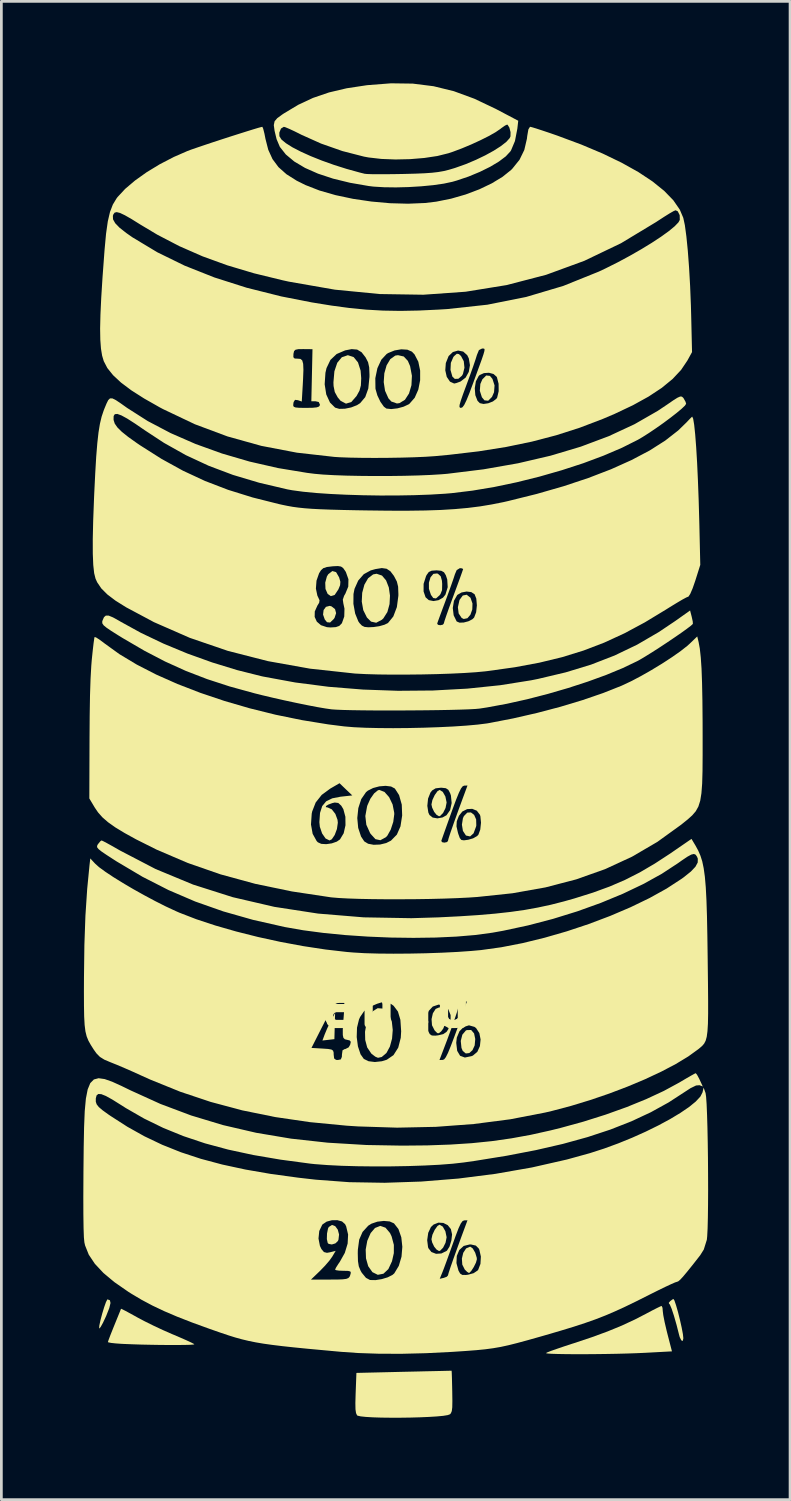
<source format=kicad_pcb>
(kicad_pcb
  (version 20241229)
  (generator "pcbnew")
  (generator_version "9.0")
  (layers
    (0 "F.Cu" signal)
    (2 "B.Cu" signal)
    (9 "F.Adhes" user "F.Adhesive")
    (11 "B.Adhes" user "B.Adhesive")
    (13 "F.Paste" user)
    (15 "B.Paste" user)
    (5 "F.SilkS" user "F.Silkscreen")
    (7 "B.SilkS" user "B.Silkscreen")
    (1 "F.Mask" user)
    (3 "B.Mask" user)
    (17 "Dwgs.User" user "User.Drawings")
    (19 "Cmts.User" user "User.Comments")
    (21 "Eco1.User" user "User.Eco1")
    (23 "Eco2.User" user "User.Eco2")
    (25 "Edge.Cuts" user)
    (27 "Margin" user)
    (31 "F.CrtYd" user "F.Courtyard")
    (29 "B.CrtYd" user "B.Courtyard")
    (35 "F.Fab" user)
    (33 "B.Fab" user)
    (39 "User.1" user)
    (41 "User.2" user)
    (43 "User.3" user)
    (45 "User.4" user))
  (footprint "Tanque"
    (layer "F.Cu")
    (at 11.534 33.744)
    (property "Reference" "Tanque" (at 0 0 0) (layer "F.SilkS") (effects (font (size 1.524 1.524) (thickness 0.3))))
    (attr board_only exclude_from_pos_files exclude_from_bom)
    (fp_poly (pts (xy -2.33 0.764) (xy -2.343 1.246) (xy -2.562 1.271) (xy -2.781 1.296) (xy -2.697 1.07) (xy -2.61 0.862) (xy -2.497 0.623) (xy -2.465 0.563) (xy -2.317 0.281)) (stroke (width 0) (type solid)) (fill yes) (layer "F.SilkS"))
    (fp_poly (pts (xy -2.45 -14.598) (xy -2.32 -14.497) (xy -2.28 -14.349) (xy -2.335 -14.18) (xy -2.366 -14.134) (xy -2.501 -14.005) (xy -2.613 -14.017) (xy -2.695 -14.116) (xy -2.758 -14.296) (xy -2.738 -14.462) (xy -2.652 -14.579) (xy -2.517 -14.615)) (stroke (width 0) (type solid)) (fill yes) (layer "F.SilkS"))
    (fp_poly (pts (xy 3.351 -23.034) (xy 3.444 -22.922) (xy 3.52 -22.686) (xy 3.501 -22.436) (xy 3.427 -22.265) (xy 3.287 -22.124) (xy 3.15 -22.139) (xy 3.057 -22.251) (xy 2.981 -22.488) (xy 3 -22.738) (xy 3.074 -22.908) (xy 3.214 -23.049)) (stroke (width 0) (type solid)) (fill yes) (layer "F.SilkS"))
    (fp_poly (pts (xy 2.771 1.037) (xy 2.813 1.241) (xy 2.793 1.474) (xy 2.712 1.65) (xy 2.595 1.755) (xy 2.468 1.77) (xy 2.357 1.68) (xy 2.309 1.567) (xy 2.283 1.311) (xy 2.341 1.082) (xy 2.467 0.932) (xy 2.501 0.915) (xy 2.663 0.91)) (stroke (width 0) (type solid)) (fill yes) (layer "F.SilkS"))
    (fp_poly (pts (xy -2.313 8.092) (xy -2.219 8.22) (xy -2.172 8.396) (xy -2.193 8.584) (xy -2.215 8.636) (xy -2.307 8.723) (xy -2.437 8.762) (xy -2.552 8.741) (xy -2.587 8.708) (xy -2.619 8.565) (xy -2.613 8.361) (xy -2.576 8.178) (xy -2.548 8.122) (xy -2.43 8.048)) (stroke (width 0) (type solid)) (fill yes) (layer "F.SilkS"))
    (fp_poly (pts (xy -2.282 -15.851) (xy -2.171 -15.66) (xy -2.17 -15.658) (xy -2.124 -15.497) (xy -2.134 -15.371) (xy -2.198 -15.216) (xy -2.333 -15.015) (xy -2.474 -14.972) (xy -2.59 -15.054) (xy -2.669 -15.234) (xy -2.678 -15.466) (xy -2.618 -15.69) (xy -2.568 -15.773) (xy -2.418 -15.89)) (stroke (width 0) (type solid)) (fill yes) (layer "F.SilkS"))
    (fp_poly (pts (xy 2.217 -23.831) (xy 2.293 -23.76) (xy 2.393 -23.571) (xy 2.418 -23.332) (xy 2.363 -23.104) (xy 2.327 -23.041) (xy 2.197 -22.929) (xy 2.064 -22.924) (xy 1.976 -23.009) (xy 1.907 -23.253) (xy 1.92 -23.511) (xy 2.012 -23.725) (xy 2.041 -23.76) (xy 2.14 -23.845)) (stroke (width 0) (type solid)) (fill yes) (layer "F.SilkS"))
    (fp_poly (pts (xy 2.636 -14.915) (xy 2.642 -14.905) (xy 2.712 -14.702) (xy 2.705 -14.485) (xy 2.637 -14.292) (xy 2.527 -14.163) (xy 2.391 -14.135) (xy 2.315 -14.174) (xy 2.206 -14.337) (xy 2.178 -14.566) (xy 2.235 -14.823) (xy 2.24 -14.835) (xy 2.357 -14.994) (xy 2.5 -15.023)) (stroke (width 0) (type solid)) (fill yes) (layer "F.SilkS"))
    (fp_poly (pts (xy 2.772 -6.964) (xy 2.846 -6.798) (xy 2.852 -6.579) (xy 2.844 -6.538) (xy 2.752 -6.289) (xy 2.625 -6.175) (xy 2.478 -6.207) (xy 2.469 -6.214) (xy 2.362 -6.377) (xy 2.325 -6.606) (xy 2.362 -6.84) (xy 2.398 -6.92) (xy 2.522 -7.047) (xy 2.655 -7.054)) (stroke (width 0) (type solid)) (fill yes) (layer "F.SilkS"))
    (fp_poly (pts (xy 1.45 -15.788) (xy 1.549 -15.698) (xy 1.593 -15.539) (xy 1.603 -15.419) (xy 1.598 -15.191) (xy 1.54 -15.044) (xy 1.503 -14.998) (xy 1.375 -14.887) (xy 1.276 -14.902) (xy 1.192 -15.017) (xy 1.118 -15.237) (xy 1.117 -15.465) (xy 1.176 -15.661) (xy 1.281 -15.787) (xy 1.418 -15.802)) (stroke (width 0) (type solid)) (fill yes) (layer "F.SilkS"))
    (fp_poly (pts (xy 1.624 0.15) (xy 1.708 0.325) (xy 1.733 0.549) (xy 1.717 0.667) (xy 1.644 0.856) (xy 1.568 0.96) (xy 1.482 1.028) (xy 1.425 1.026) (xy 1.346 0.947) (xy 1.322 0.92) (xy 1.23 0.737) (xy 1.214 0.514) (xy 1.262 0.299) (xy 1.364 0.139) (xy 1.502 0.08)) (stroke (width 0) (type solid)) (fill yes) (layer "F.SilkS"))
    (fp_poly (pts (xy -10.561 10.805) (xy -10.539 10.905) (xy -10.583 11.089) (xy -10.695 11.373) (xy -10.707 11.4) (xy -10.814 11.629) (xy -10.9 11.784) (xy -10.95 11.838) (xy -10.955 11.833) (xy -10.948 11.731) (xy -10.907 11.538) (xy -10.844 11.299) (xy -10.772 11.062) (xy -10.705 10.872) (xy -10.656 10.776) (xy -10.648 10.772)) (stroke (width 0) (type solid)) (fill yes) (layer "F.SilkS"))
    (fp_poly (pts (xy 1.624 -7.807) (xy 1.72 -7.637) (xy 1.764 -7.424) (xy 1.764 -7.409) (xy 1.726 -7.217) (xy 1.636 -7.035) (xy 1.527 -6.924) (xy 1.487 -6.913) (xy 1.397 -6.966) (xy 1.31 -7.073) (xy 1.236 -7.228) (xy 1.21 -7.344) (xy 1.245 -7.509) (xy 1.33 -7.69) (xy 1.432 -7.832) (xy 1.508 -7.877)) (stroke (width 0) (type solid)) (fill yes) (layer "F.SilkS"))
    (fp_poly (pts (xy 1.624 8.108) (xy 1.72 8.279) (xy 1.764 8.491) (xy 1.764 8.506) (xy 1.726 8.699) (xy 1.636 8.88) (xy 1.527 8.991) (xy 1.487 9.003) (xy 1.397 8.949) (xy 1.31 8.842) (xy 1.236 8.687) (xy 1.21 8.571) (xy 1.245 8.407) (xy 1.33 8.225) (xy 1.432 8.083) (xy 1.508 8.038)) (stroke (width 0) (type solid)) (fill yes) (layer "F.SilkS"))
    (fp_poly (pts (xy -0.472 8.148) (xy -0.307 8.343) (xy -0.248 8.468) (xy -0.166 8.776) (xy -0.167 9.08) (xy -0.234 9.376) (xy -0.367 9.663) (xy -0.548 9.833) (xy -0.754 9.873) (xy -0.952 9.775) (xy -1.105 9.558) (xy -1.186 9.271) (xy -1.197 8.948) (xy -1.139 8.627) (xy -1.015 8.344) (xy -0.856 8.158) (xy -0.664 8.082)) (stroke (width 0) (type solid)) (fill yes) (layer "F.SilkS"))
    (fp_poly (pts (xy 2.722 8.908) (xy 2.812 9.063) (xy 2.868 9.246) (xy 2.873 9.305) (xy 2.839 9.428) (xy 2.759 9.589) (xy 2.666 9.733) (xy 2.591 9.805) (xy 2.584 9.806) (xy 2.515 9.764) (xy 2.43 9.681) (xy 2.339 9.499) (xy 2.324 9.279) (xy 2.374 9.067) (xy 2.479 8.906) (xy 2.628 8.842) (xy 2.629 8.842)) (stroke (width 0) (type solid)) (fill yes) (layer "F.SilkS"))
    (fp_poly (pts (xy -0.6 -15.724) (xy -0.45 -15.546) (xy -0.351 -15.29) (xy -0.308 -14.99) (xy -0.324 -14.679) (xy -0.403 -14.391) (xy -0.549 -14.159) (xy -0.603 -14.108) (xy -0.813 -13.997) (xy -1.001 -14.039) (xy -1.152 -14.189) (xy -1.286 -14.459) (xy -1.341 -14.772) (xy -1.325 -15.094) (xy -1.245 -15.391) (xy -1.109 -15.626) (xy -0.925 -15.767) (xy -0.798 -15.791)) (stroke (width 0) (type solid)) (fill yes) (layer "F.SilkS"))
    (fp_poly (pts (xy 0.196 -23.744) (xy 0.346 -23.584) (xy 0.428 -23.392) (xy 0.495 -23.038) (xy 0.478 -22.693) (xy 0.389 -22.39) (xy 0.24 -22.16) (xy 0.04 -22.037) (xy -0.054 -22.024) (xy -0.26 -22.097) (xy -0.365 -22.213) (xy -0.489 -22.489) (xy -0.537 -22.806) (xy -0.515 -23.128) (xy -0.432 -23.42) (xy -0.296 -23.648) (xy -0.114 -23.777) (xy -0.015 -23.792)) (stroke (width 0) (type solid)) (fill yes) (layer "F.SilkS"))
    (fp_poly (pts (xy -1.638 -23.722) (xy -1.479 -23.527) (xy -1.383 -23.226) (xy -1.361 -22.947) (xy -1.373 -22.685) (xy -1.424 -22.494) (xy -1.532 -22.297) (xy -1.723 -22.078) (xy -1.918 -22.018) (xy -2.112 -22.118) (xy -2.22 -22.245) (xy -2.329 -22.443) (xy -2.373 -22.664) (xy -2.378 -22.796) (xy -2.343 -23.201) (xy -2.238 -23.514) (xy -2.071 -23.716) (xy -1.852 -23.791) (xy -1.848 -23.791)) (stroke (width 0) (type solid)) (fill yes) (layer "F.SilkS"))
    (fp_poly (pts (xy -0.566 0.127) (xy -0.501 0.163) (xy -0.336 0.345) (xy -0.24 0.605) (xy -0.207 0.91) (xy -0.232 1.225) (xy -0.311 1.518) (xy -0.438 1.753) (xy -0.61 1.899) (xy -0.747 1.929) (xy -0.844 1.888) (xy -0.974 1.79) (xy -0.993 1.771) (xy -1.142 1.55) (xy -1.215 1.275) (xy -1.222 0.975) (xy -1.17 0.68) (xy -1.07 0.418) (xy -0.93 0.219) (xy -0.759 0.113)) (stroke (width 0) (type solid)) (fill yes) (layer "F.SilkS"))
    (fp_poly (pts (xy 10.106 10.816) (xy 10.165 10.99) (xy 10.236 11.239) (xy 10.307 11.523) (xy 10.37 11.805) (xy 10.415 12.044) (xy 10.431 12.198) (xy 10.41 12.294) (xy 10.357 12.273) (xy 10.298 12.152) (xy 10.277 12.077) (xy 10.183 11.707) (xy 10.089 11.378) (xy 10.004 11.12) (xy 9.938 10.963) (xy 9.909 10.929) (xy 9.897 10.9) (xy 9.948 10.838) (xy 10.032 10.775) (xy 10.068 10.757)) (stroke (width 0) (type solid)) (fill yes) (layer "F.SilkS"))
    (fp_poly (pts (xy -0.51 -7.804) (xy -0.34 -7.613) (xy -0.212 -7.345) (xy -0.153 -7.043) (xy -0.151 -6.989) (xy -0.188 -6.707) (xy -0.282 -6.421) (xy -0.407 -6.199) (xy -0.458 -6.146) (xy -0.66 -6.036) (xy -0.84 -6.075) (xy -1.015 -6.266) (xy -1.038 -6.302) (xy -1.174 -6.603) (xy -1.21 -6.922) (xy -1.147 -7.271) (xy -1.135 -7.311) (xy -1.027 -7.553) (xy -0.888 -7.751) (xy -0.748 -7.865) (xy -0.696 -7.877)) (stroke (width 0) (type solid)) (fill yes) (layer "F.SilkS"))
    (fp_poly (pts (xy 9.668 11.08) (xy 9.677 11.193) (xy 9.696 11.348) (xy 9.746 11.604) (xy 9.818 11.913) (xy 9.846 12.025) (xy 10.014 12.675) (xy 9.031 12.728) (xy 8.716 12.742) (xy 8.363 12.754) (xy 7.982 12.764) (xy 7.587 12.771) (xy 7.19 12.776) (xy 6.804 12.779) (xy 6.44 12.779) (xy 6.112 12.776) (xy 5.832 12.771) (xy 5.612 12.764) (xy 5.465 12.754) (xy 5.403 12.741) (xy 5.403 12.737) (xy 5.458 12.709) (xy 5.597 12.655) (xy 5.805 12.582) (xy 6.066 12.493) (xy 6.364 12.395) (xy 6.432 12.374) (xy 7.084 12.156) (xy 7.659 11.945) (xy 8.177 11.732) (xy 8.661 11.507) (xy 9.069 11.296) (xy 9.285 11.181) (xy 9.466 11.089) (xy 9.591 11.029) (xy 9.636 11.012)) (stroke (width 0) (type solid)) (fill yes) (layer "F.SilkS"))
    (fp_poly (pts (xy 1.953 13.458) (xy 1.96 13.658) (xy 1.967 13.948) (xy 1.971 14.134) (xy 1.976 14.491) (xy 1.972 14.722) (xy 1.955 14.86) (xy 1.922 14.94) (xy 1.888 14.978) (xy 1.807 15.008) (xy 1.642 15.035) (xy 1.407 15.057) (xy 1.118 15.075) (xy 0.789 15.089) (xy 0.435 15.099) (xy 0.071 15.104) (xy -0.288 15.104) (xy -0.628 15.1) (xy -0.933 15.09) (xy -1.189 15.075) (xy -1.38 15.055) (xy -1.493 15.029) (xy -1.514 15.015) (xy -1.551 14.934) (xy -1.571 14.795) (xy -1.575 14.564) (xy -1.565 14.208) (xy -1.564 14.187) (xy -1.537 13.464) (xy 0.202 13.423) (xy 0.609 13.414) (xy 0.983 13.405) (xy 1.313 13.398) (xy 1.585 13.392) (xy 1.789 13.387) (xy 1.914 13.384) (xy 1.948 13.383)) (stroke (width 0) (type solid)) (fill yes) (layer "F.SilkS"))
    (fp_poly (pts (xy -10.108 11.134) (xy -9.986 11.196) (xy -9.805 11.294) (xy -9.584 11.416) (xy -9.573 11.423) (xy -9.3 11.568) (xy -8.969 11.732) (xy -8.619 11.896) (xy -8.288 12.042) (xy -8.246 12.059) (xy -7.986 12.17) (xy -7.761 12.269) (xy -7.589 12.349) (xy -7.488 12.401) (xy -7.469 12.415) (xy -7.509 12.426) (xy -7.636 12.435) (xy -7.834 12.44) (xy -8.091 12.442) (xy -8.391 12.442) (xy -8.72 12.44) (xy -9.063 12.434) (xy -9.407 12.427) (xy -9.738 12.416) (xy -10.04 12.404) (xy -10.142 12.399) (xy -10.351 12.384) (xy -10.516 12.366) (xy -10.615 12.346) (xy -10.634 12.334) (xy -10.608 12.254) (xy -10.54 12.073) (xy -10.441 11.825) (xy -10.396 11.714) (xy -10.289 11.451) (xy -10.205 11.245) (xy -10.159 11.129) (xy -10.154 11.115)) (stroke (width 0) (type solid)) (fill yes) (layer "F.SilkS"))
    (fp_poly (pts (xy 10.738 -14.213) (xy 10.775 -14.044) (xy 10.78 -13.955) (xy 10.779 -13.954) (xy 10.708 -13.888) (xy 10.559 -13.775) (xy 10.352 -13.626) (xy 10.102 -13.454) (xy 9.828 -13.269) (xy 9.546 -13.083) (xy 9.273 -12.908) (xy 9.028 -12.756) (xy 8.827 -12.637) (xy 8.744 -12.592) (xy 8.217 -12.34) (xy 7.609 -12.088) (xy 6.936 -11.843) (xy 6.217 -11.609) (xy 5.471 -11.392) (xy 4.715 -11.197) (xy 3.969 -11.031) (xy 3.25 -10.898) (xy 2.973 -10.855) (xy 2.821 -10.841) (xy 2.581 -10.828) (xy 2.267 -10.817) (xy 1.892 -10.807) (xy 1.469 -10.799) (xy 1.012 -10.793) (xy 0.534 -10.789) (xy 0.048 -10.786) (xy -0.432 -10.786) (xy -0.894 -10.787) (xy -1.323 -10.791) (xy -1.707 -10.797) (xy -2.032 -10.805) (xy -2.285 -10.816) (xy -2.444 -10.827) (xy -2.669 -10.859) (xy -2.973 -10.911) (xy -3.338 -10.981) (xy -3.743 -11.064) (xy -4.169 -11.155) (xy -4.596 -11.252) (xy -5.005 -11.349) (xy -5.272 -11.416) (xy -6.176 -11.665) (xy -7.005 -11.935) (xy -7.785 -12.236) (xy -8.542 -12.579) (xy -9.3 -12.974) (xy -10.087 -13.433) (xy -10.267 -13.544) (xy -10.517 -13.702) (xy -10.686 -13.817) (xy -10.788 -13.901) (xy -10.836 -13.969) (xy -10.843 -14.032) (xy -10.83 -14.081) (xy -10.778 -14.2) (xy -10.709 -14.26) (xy -10.604 -14.258) (xy -10.447 -14.193) (xy -10.218 -14.066) (xy -10.172 -14.038) (xy -9.425 -13.627) (xy -8.601 -13.234) (xy -7.724 -12.87) (xy -6.816 -12.544) (xy -5.903 -12.264) (xy -5.006 -12.039) (xy -4.939 -12.025) (xy -3.777 -11.811) (xy -2.555 -11.653) (xy -1.292 -11.551) (xy -0.012 -11.506) (xy 1.265 -11.517) (xy 2.518 -11.585) (xy 3.724 -11.71) (xy 4.863 -11.891) (xy 5.115 -11.942) (xy 6.123 -12.181) (xy 7.052 -12.464) (xy 7.918 -12.8) (xy 8.74 -13.195) (xy 9.535 -13.658) (xy 10.139 -14.064) (xy 10.678 -14.446)) (stroke (width 0) (type solid)) (fill yes) (layer "F.SilkS"))
    (fp_poly (pts (xy 0.528 -33.733) (xy 1.286 -33.638) (xy 2.029 -33.456) (xy 2.779 -33.181) (xy 3.564 -32.808) (xy 3.617 -32.78) (xy 4.387 -32.374) (xy 4.354 -32.082) (xy 4.267 -31.631) (xy 4.125 -31.293) (xy 4.099 -31.251) (xy 3.931 -31.07) (xy 3.679 -30.88) (xy 3.358 -30.688) (xy 2.983 -30.503) (xy 2.571 -30.332) (xy 2.136 -30.185) (xy 1.976 -30.139) (xy 1.663 -30.072) (xy 1.274 -30.016) (xy 0.836 -29.974) (xy 0.373 -29.946) (xy -0.089 -29.934) (xy -0.526 -29.94) (xy -0.911 -29.963) (xy -1.084 -29.984) (xy -1.77 -30.103) (xy -2.392 -30.255) (xy -2.942 -30.437) (xy -3.417 -30.647) (xy -3.812 -30.882) (xy -4.12 -31.139) (xy -4.339 -31.416) (xy -4.459 -31.7) (xy -4.517 -31.94) (xy -4.359 -31.94) (xy -4.356 -31.807) (xy -4.283 -31.689) (xy -4.12 -31.553) (xy -3.88 -31.402) (xy -3.573 -31.243) (xy -3.21 -31.079) (xy -2.802 -30.916) (xy -2.36 -30.758) (xy -1.896 -30.611) (xy -1.419 -30.479) (xy -1.235 -30.433) (xy -1.144 -30.424) (xy -0.968 -30.418) (xy -0.722 -30.416) (xy -0.422 -30.417) (xy -0.083 -30.421) (xy 0.202 -30.426) (xy 0.619 -30.437) (xy 0.955 -30.451) (xy 1.227 -30.47) (xy 1.453 -30.496) (xy 1.653 -30.531) (xy 1.845 -30.578) (xy 2.047 -30.638) (xy 2.096 -30.654) (xy 2.469 -30.787) (xy 2.836 -30.942) (xy 3.181 -31.108) (xy 3.492 -31.279) (xy 3.753 -31.446) (xy 3.952 -31.602) (xy 4.074 -31.738) (xy 4.103 -31.802) (xy 4.105 -31.958) (xy 4.062 -32.124) (xy 3.998 -32.226) (xy 3.978 -32.232) (xy 3.904 -32.198) (xy 3.782 -32.113) (xy 3.733 -32.075) (xy 3.558 -31.955) (xy 3.307 -31.813) (xy 3.002 -31.66) (xy 2.667 -31.506) (xy 2.323 -31.362) (xy 1.993 -31.238) (xy 1.835 -31.185) (xy 1.426 -31.083) (xy 0.946 -31.011) (xy 0.425 -30.968) (xy -0.108 -30.956) (xy -0.624 -30.976) (xy -1.093 -31.03) (xy -1.26 -31.061) (xy -2.049 -31.264) (xy -2.83 -31.538) (xy -3.559 -31.865) (xy -3.583 -31.878) (xy -3.806 -31.989) (xy -3.998 -32.078) (xy -4.137 -32.136) (xy -4.194 -32.152) (xy -4.298 -32.088) (xy -4.359 -31.94) (xy -4.517 -31.94) (xy -4.533 -32.008) (xy -4.561 -32.213) (xy -4.532 -32.354) (xy -4.434 -32.469) (xy -4.258 -32.598) (xy -4.195 -32.64) (xy -3.671 -32.955) (xy -3.126 -33.21) (xy -2.54 -33.41) (xy -1.896 -33.562) (xy -1.172 -33.672) (xy -1.134 -33.677) (xy -0.27 -33.744)) (stroke (width 0) (type solid)) (fill yes) (layer "F.SilkS"))
    (fp_poly (pts (xy 10.99 -13.289) (xy 11.034 -13.049) (xy 11.069 -12.729) (xy 11.097 -12.315) (xy 11.116 -11.793) (xy 11.129 -11.146) (xy 11.136 -10.362) (xy 11.137 -9.863) (xy 11.137 -9.145) (xy 11.133 -8.568) (xy 11.12 -8.111) (xy 11.093 -7.756) (xy 11.049 -7.482) (xy 10.981 -7.268) (xy 10.885 -7.096) (xy 10.756 -6.946) (xy 10.589 -6.796) (xy 10.38 -6.628) (xy 10.352 -6.605) (xy 9.481 -5.976) (xy 8.554 -5.434) (xy 7.565 -4.977) (xy 6.51 -4.603) (xy 5.383 -4.309) (xy 4.179 -4.095) (xy 2.892 -3.959) (xy 2.57 -3.937) (xy 2.143 -3.916) (xy 1.665 -3.899) (xy 1.152 -3.886) (xy 0.618 -3.878) (xy 0.079 -3.875) (xy -0.451 -3.875) (xy -0.957 -3.88) (xy -1.423 -3.889) (xy -1.836 -3.903) (xy -2.18 -3.921) (xy -2.44 -3.943) (xy -2.469 -3.946) (xy -3.897 -4.161) (xy -5.241 -4.44) (xy -6.509 -4.786) (xy -7.71 -5.203) (xy -8.854 -5.693) (xy -9.604 -6.069) (xy -10.024 -6.301) (xy -10.361 -6.505) (xy -10.51 -6.611) (xy -3.2 -6.611) (xy -3.139 -6.271) (xy -2.993 -6.007) (xy -2.948 -5.96) (xy -2.823 -5.903) (xy -2.641 -5.892) (xy -2.438 -5.921) (xy -2.254 -5.985) (xy -2.138 -6.066) (xy -2.003 -6.291) (xy -1.937 -6.583) (xy -1.94 -6.848) (xy -1.505 -6.848) (xy -1.472 -6.488) (xy -1.367 -6.171) (xy -1.249 -5.993) (xy -1.108 -5.907) (xy -0.905 -5.869) (xy -0.673 -5.878) (xy -0.446 -5.933) (xy -0.296 -6.009) (xy 1.571 -6.009) (xy 1.601 -5.964) (xy 1.684 -5.948) (xy 1.781 -5.969) (xy 1.814 -6.01) (xy 1.839 -6.109) (xy 1.911 -6.329) (xy 1.986 -6.544) (xy 2.126 -6.544) (xy 2.18 -6.309) (xy 2.197 -6.255) (xy 2.248 -6.115) (xy 2.305 -6.046) (xy 2.399 -6.032) (xy 2.555 -6.053) (xy 2.735 -6.105) (xy 2.879 -6.187) (xy 2.928 -6.237) (xy 2.997 -6.425) (xy 3.024 -6.679) (xy 3.001 -6.915) (xy 2.984 -6.968) (xy 2.871 -7.116) (xy 2.704 -7.185) (xy 2.517 -7.175) (xy 2.342 -7.088) (xy 2.216 -6.931) (xy 2.137 -6.73) (xy 2.126 -6.544) (xy 1.986 -6.544) (xy 2.023 -6.651) (xy 2.169 -7.059) (xy 2.343 -7.535) (xy 2.388 -7.656) (xy 2.529 -8.038) (xy 2.411 -8.035) (xy 2.355 -8.012) (xy 2.292 -7.931) (xy 2.214 -7.771) (xy 2.11 -7.514) (xy 1.971 -7.138) (xy 1.94 -7.052) (xy 1.812 -6.694) (xy 1.702 -6.385) (xy 1.62 -6.153) (xy 1.575 -6.025) (xy 1.571 -6.009) (xy -0.296 -6.009) (xy -0.269 -6.024) (xy -0.056 -6.242) (xy 0.076 -6.543) (xy 0.138 -6.941) (xy 0.125 -7.295) (xy 1.059 -7.295) (xy 1.096 -7.05) (xy 1.138 -6.959) (xy 1.255 -6.866) (xy 1.427 -6.836) (xy 1.615 -6.869) (xy 1.762 -6.951) (xy 1.894 -7.14) (xy 1.95 -7.398) (xy 1.923 -7.672) (xy 1.893 -7.76) (xy 1.828 -7.881) (xy 1.737 -7.94) (xy 1.588 -7.957) (xy 1.552 -7.958) (xy 1.363 -7.936) (xy 1.235 -7.858) (xy 1.175 -7.783) (xy 1.086 -7.561) (xy 1.059 -7.295) (xy 0.125 -7.295) (xy 0.123 -7.342) (xy 0.025 -7.688) (xy -0.129 -7.928) (xy -0.267 -8.002) (xy -0.467 -8.027) (xy -0.698 -8.008) (xy -0.925 -7.948) (xy -1.118 -7.851) (xy -1.185 -7.796) (xy -1.36 -7.541) (xy -1.467 -7.212) (xy -1.505 -6.848) (xy -1.94 -6.848) (xy -1.94 -6.894) (xy -2.015 -7.173) (xy -2.092 -7.301) (xy -2.201 -7.4) (xy -2.329 -7.416) (xy -2.42 -7.395) (xy -2.565 -7.341) (xy -2.648 -7.289) (xy -2.658 -7.249) (xy -2.585 -7.234) (xy -2.439 -7.167) (xy -2.308 -7) (xy -2.228 -6.783) (xy -2.217 -6.677) (xy -2.25 -6.446) (xy -2.332 -6.227) (xy -2.438 -6.071) (xy -2.521 -6.028) (xy -2.666 -6.1) (xy -2.793 -6.284) (xy -2.876 -6.529) (xy -2.893 -6.697) (xy -2.869 -7.036) (xy -2.789 -7.286) (xy -2.644 -7.46) (xy -2.421 -7.57) (xy -2.117 -7.629) (xy -1.688 -7.676) (xy -1.922 -7.899) (xy -2.155 -8.123) (xy -2.494 -7.926) (xy -2.808 -7.695) (xy -3.028 -7.417) (xy -3.156 -7.089) (xy -3.173 -7.008) (xy -3.2 -6.611) (xy -10.51 -6.611) (xy -10.625 -6.692) (xy -10.833 -6.872) (xy -10.995 -7.055) (xy -11.113 -7.228) (xy -11.314 -7.565) (xy -11.307 -9.71) (xy -11.301 -10.601) (xy -11.289 -11.343) (xy -11.269 -11.948) (xy -11.242 -12.426) (xy -11.224 -12.645) (xy -11.189 -12.983) (xy -11.157 -13.258) (xy -11.132 -13.432) (xy -11.122 -13.475) (xy -11.069 -13.46) (xy -10.95 -13.385) (xy -10.789 -13.266) (xy -10.752 -13.237) (xy -10.21 -12.846) (xy -9.578 -12.466) (xy -8.867 -12.101) (xy -8.087 -11.755) (xy -7.249 -11.431) (xy -6.364 -11.133) (xy -5.442 -10.865) (xy -4.495 -10.63) (xy -3.532 -10.433) (xy -2.565 -10.276) (xy -1.978 -10.202) (xy -1.63 -10.173) (xy -1.205 -10.153) (xy -0.719 -10.142) (xy -0.191 -10.138) (xy 0.362 -10.143) (xy 0.923 -10.155) (xy 1.475 -10.174) (xy 2.001 -10.199) (xy 2.482 -10.231) (xy 2.903 -10.269) (xy 3.245 -10.312) (xy 3.326 -10.326) (xy 4.2 -10.495) (xy 5.073 -10.695) (xy 5.927 -10.92) (xy 6.74 -11.165) (xy 7.494 -11.424) (xy 8.167 -11.691) (xy 8.189 -11.701) (xy 8.515 -11.854) (xy 8.88 -12.046) (xy 9.264 -12.265) (xy 9.646 -12.497) (xy 10.004 -12.73) (xy 10.319 -12.95) (xy 10.568 -13.145) (xy 10.665 -13.232) (xy 10.94 -13.496)) (stroke (width 0) (type solid)) (fill yes) (layer "F.SilkS"))
    (fp_poly (pts (xy 10.878 -5.836) (xy 10.975 -5.658) (xy 11.056 -5.472) (xy 11.123 -5.262) (xy 11.176 -5.009) (xy 11.219 -4.699) (xy 11.252 -4.315) (xy 11.277 -3.839) (xy 11.296 -3.255) (xy 11.31 -2.547) (xy 11.322 -1.698) (xy 11.324 -1.511) (xy 11.333 -0.765) (xy 11.338 -0.162) (xy 11.338 0.314) (xy 11.331 0.682) (xy 11.314 0.958) (xy 11.287 1.16) (xy 11.247 1.305) (xy 11.192 1.41) (xy 11.12 1.494) (xy 11.03 1.572) (xy 10.981 1.612) (xy 10.612 1.879) (xy 10.157 2.155) (xy 9.626 2.434) (xy 9.035 2.711) (xy 8.395 2.98) (xy 7.72 3.237) (xy 7.023 3.475) (xy 6.317 3.69) (xy 5.615 3.876) (xy 5.367 3.934) (xy 4.098 4.179) (xy 2.758 4.353) (xy 1.37 4.456) (xy -0.047 4.486) (xy -1.47 4.441) (xy -1.89 4.414) (xy -3.24 4.284) (xy -4.509 4.098) (xy -5.714 3.853) (xy -6.867 3.545) (xy -7.986 3.171) (xy -9.084 2.726) (xy -9.406 2.581) (xy -9.703 2.446) (xy -10.008 2.312) (xy -10.288 2.193) (xy -10.509 2.104) (xy -10.534 2.094) (xy -10.764 1.997) (xy -10.926 1.896) (xy -11.052 1.768) (xy -11.151 1.63) (xy -11.191 1.567) (xy -3.182 1.567) (xy -2.775 1.591) (xy -2.574 1.605) (xy -2.453 1.626) (xy -2.393 1.665) (xy -2.371 1.733) (xy -2.369 1.812) (xy -2.352 1.953) (xy -2.282 2.005) (xy -2.217 2.009) (xy -2.109 1.988) (xy -2.07 1.896) (xy -2.066 1.809) (xy -2.045 1.655) (xy -1.964 1.608) (xy -1.942 1.608) (xy -1.821 1.546) (xy -1.766 1.452) (xy -1.742 1.344) (xy -1.784 1.293) (xy -1.877 1.271) (xy -1.96 1.251) (xy -2.011 1.202) (xy -2.019 1.17) (xy -1.526 1.17) (xy -1.481 1.512) (xy -1.385 1.801) (xy -1.266 1.969) (xy -1.094 2.054) (xy -0.863 2.083) (xy -0.605 2.055) (xy -0.457 2.009) (xy 1.504 2.009) (xy 1.621 2.007) (xy 1.676 1.985) (xy 1.737 1.905) (xy 1.815 1.75) (xy 1.918 1.499) (xy 1.963 1.38) (xy 2.117 1.38) (xy 2.152 1.674) (xy 2.258 1.854) (xy 2.433 1.919) (xy 2.678 1.868) (xy 2.728 1.847) (xy 2.889 1.711) (xy 2.984 1.501) (xy 3.009 1.259) (xy 2.964 1.026) (xy 2.845 0.842) (xy 2.786 0.797) (xy 2.583 0.74) (xy 2.392 0.8) (xy 2.236 0.956) (xy 2.138 1.189) (xy 2.117 1.38) (xy 1.963 1.38) (xy 2.056 1.134) (xy 2.126 0.944) (xy 2.259 0.576) (xy 2.371 0.262) (xy 2.454 0.025) (xy 2.499 -0.11) (xy 2.504 -0.132) (xy 2.454 -0.129) (xy 2.358 -0.105) (xy 2.238 -0.012) (xy 2.188 0.104) (xy 2.145 0.255) (xy 2.058 0.516) (xy 1.935 0.862) (xy 1.787 1.267) (xy 1.62 1.706) (xy 1.604 1.748) (xy 1.504 2.009) (xy -0.457 2.009) (xy -0.425 2) (xy -0.18 1.831) (xy -0.006 1.557) (xy 0.087 1.195) (xy 0.101 0.958) (xy 0.085 0.718) (xy 1.021 0.718) (xy 1.09 0.956) (xy 1.15 1.063) (xy 1.225 1.113) (xy 1.35 1.118) (xy 1.452 1.107) (xy 1.642 1.062) (xy 1.763 0.979) (xy 1.823 0.888) (xy 1.912 0.617) (xy 1.911 0.364) (xy 1.829 0.157) (xy 1.677 0.02) (xy 1.471 -0.019) (xy 1.259 0.052) (xy 1.106 0.217) (xy 1.023 0.448) (xy 1.021 0.718) (xy 0.085 0.718) (xy 0.073 0.538) (xy -0.017 0.235) (xy -0.174 0.026) (xy -0.249 -0.029) (xy -0.375 -0.097) (xy -0.489 -0.119) (xy -0.632 -0.095) (xy -0.78 -0.049) (xy -1.058 0.071) (xy -1.258 0.225) (xy -1.401 0.434) (xy -1.442 0.525) (xy -1.515 0.824) (xy -1.526 1.17) (xy -2.019 1.17) (xy -2.035 1.096) (xy -2.036 0.903) (xy -2.016 0.594) (xy -2 0.382) (xy -1.965 -0.08) (xy -2.157 -0.08) (xy -2.238 -0.074) (xy -2.309 -0.04) (xy -2.383 0.04) (xy -2.475 0.188) (xy -2.601 0.422) (xy -2.765 0.744) (xy -3.182 1.567) (xy -11.191 1.567) (xy -11.262 1.455) (xy -11.348 1.301) (xy -11.412 1.143) (xy -11.457 0.959) (xy -11.486 0.726) (xy -11.503 0.419) (xy -11.51 0.016) (xy -11.512 -0.506) (xy -11.51 -1.005) (xy -11.495 -2.2) (xy -11.457 -3.272) (xy -11.392 -4.255) (xy -11.308 -5.117) (xy -11.279 -5.37) (xy -11.105 -5.182) (xy -10.957 -5.049) (xy -10.727 -4.881) (xy -10.432 -4.685) (xy -10.087 -4.471) (xy -9.708 -4.248) (xy -9.309 -4.025) (xy -8.907 -3.81) (xy -8.517 -3.613) (xy -8.154 -3.444) (xy -8.013 -3.382) (xy -7.397 -3.144) (xy -6.7 -2.914) (xy -5.941 -2.696) (xy -5.139 -2.494) (xy -4.314 -2.314) (xy -3.485 -2.16) (xy -2.671 -2.036) (xy -1.892 -1.946) (xy -1.653 -1.926) (xy -1.236 -1.901) (xy -0.74 -1.887) (xy -0.187 -1.882) (xy 0.402 -1.886) (xy 1.004 -1.898) (xy 1.598 -1.919) (xy 2.163 -1.947) (xy 2.676 -1.983) (xy 3.024 -2.015) (xy 3.767 -2.118) (xy 4.549 -2.27) (xy 5.353 -2.467) (xy 6.165 -2.701) (xy 6.97 -2.969) (xy 7.753 -3.265) (xy 8.498 -3.583) (xy 9.191 -3.918) (xy 9.815 -4.264) (xy 10.357 -4.617) (xy 10.448 -4.682) (xy 10.707 -4.89) (xy 10.874 -5.066) (xy 10.957 -5.22) (xy 10.961 -5.36) (xy 10.933 -5.431) (xy 10.883 -5.505) (xy 10.817 -5.533) (xy 10.721 -5.51) (xy 10.576 -5.431) (xy 10.366 -5.289) (xy 10.231 -5.193) (xy 9.642 -4.807) (xy 8.966 -4.433) (xy 8.215 -4.075) (xy 7.405 -3.74) (xy 6.548 -3.432) (xy 5.657 -3.156) (xy 4.747 -2.918) (xy 3.83 -2.721) (xy 3.439 -2.651) (xy 2.821 -2.567) (xy 2.121 -2.508) (xy 1.359 -2.473) (xy 0.553 -2.462) (xy -0.278 -2.473) (xy -1.117 -2.508) (xy -1.944 -2.564) (xy -2.741 -2.642) (xy -3.489 -2.741) (xy -4.158 -2.858) (xy -5.325 -3.122) (xy -6.412 -3.431) (xy -7.437 -3.792) (xy -8.416 -4.212) (xy -9.368 -4.698) (xy -10.31 -5.257) (xy -10.421 -5.328) (xy -10.682 -5.497) (xy -10.862 -5.619) (xy -10.972 -5.707) (xy -11.025 -5.771) (xy -11.032 -5.824) (xy -11.007 -5.878) (xy -10.997 -5.893) (xy -10.912 -5.997) (xy -10.866 -6.028) (xy -10.807 -6.002) (xy -10.672 -5.931) (xy -10.48 -5.825) (xy -10.249 -5.693) (xy -10.189 -5.659) (xy -8.889 -4.982) (xy -7.514 -4.412) (xy -6.064 -3.951) (xy -4.54 -3.597) (xy -2.942 -3.351) (xy -1.27 -3.213) (xy 0.476 -3.182) (xy 1.463 -3.212) (xy 2.238 -3.251) (xy 2.927 -3.296) (xy 3.543 -3.349) (xy 4.103 -3.411) (xy 4.619 -3.484) (xy 5.106 -3.572) (xy 5.58 -3.674) (xy 6.054 -3.795) (xy 6.437 -3.903) (xy 7.122 -4.118) (xy 7.733 -4.341) (xy 8.297 -4.584) (xy 8.838 -4.859) (xy 9.385 -5.18) (xy 9.964 -5.558) (xy 10.039 -5.61) (xy 10.729 -6.085)) (stroke (width 0) (type solid)) (fill yes) (layer "F.SilkS"))
    (fp_poly (pts (xy 10.377 -22.276) (xy 10.425 -22.234) (xy 10.442 -22.211) (xy 10.512 -22.085) (xy 10.533 -22.012) (xy 10.489 -21.945) (xy 10.368 -21.83) (xy 10.186 -21.678) (xy 9.96 -21.502) (xy 9.705 -21.312) (xy 9.437 -21.123) (xy 9.174 -20.945) (xy 8.931 -20.791) (xy 8.769 -20.696) (xy 8.179 -20.4) (xy 7.505 -20.112) (xy 6.766 -19.836) (xy 5.979 -19.58) (xy 5.162 -19.346) (xy 4.333 -19.14) (xy 3.509 -18.967) (xy 2.708 -18.833) (xy 1.947 -18.741) (xy 1.71 -18.721) (xy 1.162 -18.688) (xy 0.571 -18.667) (xy -0.047 -18.656) (xy -0.677 -18.655) (xy -1.305 -18.665) (xy -1.915 -18.684) (xy -2.493 -18.712) (xy -3.024 -18.748) (xy -3.493 -18.794) (xy -3.884 -18.847) (xy -4.065 -18.88) (xy -5.102 -19.124) (xy -6.056 -19.409) (xy -6.943 -19.743) (xy -7.78 -20.132) (xy -8.581 -20.582) (xy -9.273 -21.036) (xy -9.641 -21.288) (xy -9.928 -21.472) (xy -10.141 -21.588) (xy -10.289 -21.641) (xy -10.381 -21.632) (xy -10.424 -21.564) (xy -10.427 -21.441) (xy -10.424 -21.414) (xy -10.384 -21.288) (xy -10.288 -21.149) (xy -10.127 -20.989) (xy -9.891 -20.8) (xy -9.571 -20.572) (xy -9.461 -20.497) (xy -8.67 -19.995) (xy -7.882 -19.561) (xy -7.078 -19.187) (xy -6.237 -18.864) (xy -5.338 -18.584) (xy -4.363 -18.339) (xy -4.259 -18.316) (xy -4.061 -18.275) (xy -3.865 -18.24) (xy -3.658 -18.212) (xy -3.429 -18.188) (xy -3.165 -18.168) (xy -2.855 -18.152) (xy -2.487 -18.138) (xy -2.049 -18.126) (xy -1.529 -18.115) (xy -1.159 -18.109) (xy -0.36 -18.099) (xy 0.351 -18.098) (xy 0.985 -18.107) (xy 1.554 -18.126) (xy 2.07 -18.158) (xy 2.544 -18.201) (xy 2.99 -18.257) (xy 3.418 -18.328) (xy 3.84 -18.412) (xy 4.007 -18.45) (xy 5.062 -18.712) (xy 6.046 -18.995) (xy 6.955 -19.297) (xy 7.786 -19.617) (xy 8.534 -19.953) (xy 9.196 -20.302) (xy 9.767 -20.665) (xy 10.245 -21.038) (xy 10.548 -21.333) (xy 10.665 -21.457) (xy 10.742 -21.532) (xy 10.756 -21.542) (xy 10.791 -21.464) (xy 10.828 -21.241) (xy 10.865 -20.888) (xy 10.901 -20.421) (xy 10.935 -19.854) (xy 10.965 -19.204) (xy 10.992 -18.486) (xy 11.014 -17.716) (xy 11.017 -17.603) (xy 11.051 -16.116) (xy 10.867 -15.533) (xy 10.771 -15.256) (xy 10.683 -15.052) (xy 10.619 -14.955) (xy 10.609 -14.951) (xy 10.538 -14.922) (xy 10.392 -14.843) (xy 10.189 -14.723) (xy 9.945 -14.574) (xy 9.787 -14.475) (xy 9.021 -14.011) (xy 8.276 -13.611) (xy 7.533 -13.269) (xy 6.778 -12.98) (xy 5.992 -12.737) (xy 5.158 -12.535) (xy 4.261 -12.368) (xy 3.282 -12.231) (xy 3.175 -12.218) (xy 2.836 -12.186) (xy 2.416 -12.158) (xy 1.934 -12.135) (xy 1.409 -12.117) (xy 0.861 -12.105) (xy 0.308 -12.099) (xy -0.231 -12.098) (xy -0.734 -12.104) (xy -1.185 -12.117) (xy -1.562 -12.136) (xy -1.613 -12.14) (xy -3.233 -12.316) (xy -4.776 -12.592) (xy -6.242 -12.967) (xy -7.633 -13.443) (xy -8.95 -14.02) (xy -9.305 -14.21) (xy -3.065 -14.21) (xy -2.986 -14.037) (xy -2.834 -13.907) (xy -2.616 -13.835) (xy -2.488 -13.825) (xy -2.291 -13.837) (xy -2.165 -13.881) (xy -2.078 -13.969) (xy -2.066 -13.986) (xy -1.982 -14.225) (xy -1.974 -14.514) (xy -2.012 -14.69) (xy -1.647 -14.69) (xy -1.583 -14.335) (xy -1.467 -14.048) (xy -1.422 -13.983) (xy -1.336 -13.893) (xy -1.239 -13.845) (xy -1.101 -13.831) (xy -0.907 -13.84) (xy -0.699 -13.871) (xy -0.511 -13.924) (xy -0.424 -13.966) (xy 1.42 -13.966) (xy 1.449 -13.922) (xy 1.533 -13.906) (xy 1.63 -13.928) (xy 1.663 -13.972) (xy 1.688 -14.062) (xy 1.755 -14.262) (xy 1.852 -14.537) (xy 1.991 -14.537) (xy 2.023 -14.269) (xy 2.13 -14.051) (xy 2.137 -14.043) (xy 2.238 -14) (xy 2.393 -14.006) (xy 2.564 -14.051) (xy 2.709 -14.126) (xy 2.772 -14.188) (xy 2.846 -14.381) (xy 2.873 -14.635) (xy 2.852 -14.881) (xy 2.789 -15.041) (xy 2.668 -15.119) (xy 2.496 -15.14) (xy 2.313 -15.106) (xy 2.163 -15.02) (xy 2.151 -15.008) (xy 2.034 -14.801) (xy 1.991 -14.537) (xy 1.852 -14.537) (xy 1.855 -14.545) (xy 1.979 -14.885) (xy 2.016 -14.985) (xy 2.144 -15.332) (xy 2.252 -15.627) (xy 2.329 -15.843) (xy 2.367 -15.955) (xy 2.369 -15.964) (xy 2.326 -15.988) (xy 2.251 -15.996) (xy 2.134 -15.924) (xy 2.07 -15.775) (xy 2.018 -15.615) (xy 1.928 -15.357) (xy 1.814 -15.041) (xy 1.722 -14.79) (xy 1.605 -14.476) (xy 1.508 -14.213) (xy 1.442 -14.032) (xy 1.42 -13.966) (xy -0.424 -13.966) (xy -0.383 -13.986) (xy -0.38 -13.989) (xy -0.186 -14.227) (xy -0.056 -14.57) (xy -0.001 -14.985) (xy 0 -15.051) (xy -0.004 -15.143) (xy 0.922 -15.143) (xy 0.995 -14.929) (xy 1.113 -14.825) (xy 1.284 -14.791) (xy 1.469 -14.823) (xy 1.633 -14.916) (xy 1.722 -15.028) (xy 1.805 -15.299) (xy 1.788 -15.581) (xy 1.736 -15.737) (xy 1.669 -15.845) (xy 1.571 -15.899) (xy 1.408 -15.915) (xy 1.387 -15.915) (xy 1.218 -15.903) (xy 1.112 -15.854) (xy 1.034 -15.746) (xy 1.012 -15.703) (xy 0.923 -15.422) (xy 0.922 -15.143) (xy -0.004 -15.143) (xy -0.01 -15.318) (xy -0.056 -15.506) (xy -0.156 -15.697) (xy -0.171 -15.722) (xy -0.295 -15.884) (xy -0.432 -15.974) (xy -0.606 -15.999) (xy -0.838 -15.962) (xy -1.012 -15.914) (xy -1.267 -15.775) (xy -1.471 -15.541) (xy -1.606 -15.239) (xy -1.644 -15.048) (xy -1.647 -14.69) (xy -2.012 -14.69) (xy -2.016 -14.711) (xy -2.035 -14.844) (xy -1.987 -14.985) (xy -1.941 -15.063) (xy -1.835 -15.321) (xy -1.829 -15.59) (xy -1.922 -15.852) (xy -1.943 -15.887) (xy -2.02 -15.996) (xy -2.1 -16.054) (xy -2.213 -16.073) (xy -2.39 -16.065) (xy -2.428 -16.061) (xy -2.624 -16.037) (xy -2.749 -15.995) (xy -2.834 -15.919) (xy -2.904 -15.807) (xy -2.998 -15.538) (xy -3.02 -15.247) (xy -2.966 -14.99) (xy -2.94 -14.936) (xy -2.887 -14.821) (xy -2.901 -14.728) (xy -2.965 -14.625) (xy -3.061 -14.411) (xy -3.065 -14.21) (xy -9.305 -14.21) (xy -9.967 -14.563) (xy -10.354 -14.805) (xy -10.652 -15.031) (xy -10.873 -15.251) (xy -11.026 -15.477) (xy -11.087 -15.612) (xy -11.137 -15.811) (xy -11.17 -16.111) (xy -11.187 -16.524) (xy -11.188 -17.06) (xy -11.173 -17.731) (xy -11.142 -18.548) (xy -11.135 -18.713) (xy -11.098 -19.465) (xy -11.062 -20.077) (xy -11.022 -20.57) (xy -10.978 -20.964) (xy -10.926 -21.281) (xy -10.864 -21.541) (xy -10.789 -21.765) (xy -10.761 -21.837) (xy -10.683 -22.025) (xy -10.621 -22.149) (xy -10.556 -22.211) (xy -10.47 -22.21) (xy -10.344 -22.148) (xy -10.159 -22.024) (xy -9.928 -21.86) (xy -9.175 -21.38) (xy -8.336 -20.939) (xy -7.427 -20.542) (xy -6.459 -20.193) (xy -5.446 -19.897) (xy -4.403 -19.659) (xy -3.342 -19.484) (xy -3.074 -19.45) (xy -2.763 -19.422) (xy -2.368 -19.4) (xy -1.91 -19.383) (xy -1.404 -19.373) (xy -0.871 -19.368) (xy -0.327 -19.369) (xy 0.209 -19.376) (xy 0.718 -19.389) (xy 1.184 -19.408) (xy 1.587 -19.433) (xy 1.789 -19.45) (xy 3.12 -19.614) (xy 4.381 -19.835) (xy 5.568 -20.112) (xy 6.676 -20.443) (xy 7.703 -20.828) (xy 8.643 -21.265) (xy 9.493 -21.753) (xy 9.838 -21.984) (xy 10.063 -22.139) (xy 10.216 -22.235) (xy 10.314 -22.278)) (stroke (width 0) (type solid)) (fill yes) (layer "F.SilkS"))
    (fp_poly (pts (xy 10.933 2.55) (xy 11.011 2.695) (xy 11.03 2.736) (xy 11.143 2.979) (xy 11.024 2.932) (xy 10.897 2.942) (xy 10.692 3.042) (xy 10.503 3.165) (xy 9.894 3.561) (xy 9.238 3.923) (xy 8.529 4.254) (xy 7.76 4.556) (xy 6.926 4.831) (xy 6.02 5.081) (xy 5.034 5.308) (xy 3.964 5.514) (xy 2.802 5.702) (xy 2.394 5.76) (xy 1.988 5.806) (xy 1.501 5.844) (xy 0.95 5.872) (xy 0.356 5.892) (xy -0.262 5.903) (xy -0.887 5.905) (xy -1.498 5.898) (xy -2.077 5.882) (xy -2.606 5.855) (xy -3.064 5.82) (xy -3.225 5.803) (xy -4.314 5.657) (xy -5.312 5.487) (xy -6.231 5.289) (xy -7.08 5.06) (xy -7.869 4.796) (xy -8.608 4.495) (xy -9.307 4.154) (xy -9.977 3.769) (xy -10.155 3.656) (xy -10.471 3.458) (xy -10.707 3.327) (xy -10.874 3.26) (xy -10.984 3.253) (xy -11.048 3.304) (xy -11.076 3.411) (xy -11.077 3.423) (xy -11.077 3.535) (xy -11.046 3.631) (xy -10.969 3.73) (xy -10.831 3.848) (xy -10.619 4.001) (xy -10.531 4.061) (xy -9.921 4.453) (xy -9.297 4.802) (xy -8.647 5.112) (xy -7.962 5.386) (xy -7.233 5.626) (xy -6.448 5.836) (xy -5.6 6.019) (xy -4.676 6.179) (xy -3.668 6.317) (xy -3.028 6.39) (xy -1.798 6.482) (xy -0.502 6.504) (xy 0.839 6.459) (xy 2.199 6.349) (xy 3.556 6.176) (xy 4.887 5.943) (xy 6.168 5.652) (xy 7.005 5.421) (xy 7.526 5.253) (xy 8.047 5.062) (xy 8.56 4.853) (xy 9.053 4.632) (xy 9.517 4.404) (xy 9.942 4.175) (xy 10.318 3.949) (xy 10.636 3.733) (xy 10.884 3.531) (xy 11.053 3.35) (xy 11.133 3.195) (xy 11.173 3.02) (xy 11.244 3.218) (xy 11.264 3.355) (xy 11.283 3.629) (xy 11.299 4.014) (xy 11.313 4.486) (xy 11.324 5.021) (xy 11.332 5.594) (xy 11.336 6.181) (xy 11.338 6.757) (xy 11.335 7.297) (xy 11.329 7.778) (xy 11.319 8.174) (xy 11.304 8.462) (xy 11.291 8.59) (xy 11.179 8.948) (xy 11.048 9.157) (xy 10.775 9.506) (xy 10.568 9.763) (xy 10.418 9.942) (xy 10.313 10.055) (xy 10.244 10.112) (xy 10.202 10.128) (xy 10.13 10.151) (xy 9.979 10.217) (xy 9.765 10.317) (xy 9.503 10.445) (xy 9.21 10.591) (xy 9.18 10.606) (xy 8.721 10.837) (xy 8.313 11.035) (xy 7.938 11.207) (xy 7.579 11.361) (xy 7.217 11.502) (xy 6.834 11.637) (xy 6.412 11.775) (xy 5.933 11.921) (xy 5.379 12.083) (xy 5.166 12.144) (xy 4.723 12.269) (xy 4.354 12.369) (xy 4.036 12.449) (xy 3.748 12.512) (xy 3.47 12.56) (xy 3.18 12.599) (xy 2.857 12.631) (xy 2.48 12.66) (xy 2.029 12.69) (xy 1.915 12.697) (xy 1.009 12.742) (xy 0.13 12.764) (xy -0.702 12.762) (xy -1.469 12.736) (xy -2.091 12.693) (xy -2.754 12.632) (xy -3.327 12.579) (xy -3.82 12.53) (xy -4.246 12.484) (xy -4.613 12.439) (xy -4.935 12.394) (xy -5.22 12.346) (xy -5.481 12.293) (xy -5.728 12.234) (xy -5.971 12.167) (xy -6.221 12.089) (xy -6.49 11.999) (xy -6.788 11.895) (xy -6.93 11.845) (xy -7.557 11.617) (xy -8.1 11.405) (xy -8.578 11.201) (xy -9.005 10.998) (xy -9.4 10.788) (xy -9.778 10.563) (xy -9.884 10.496) (xy -10.389 10.146) (xy -10.509 10.047) (xy -3.2 10.047) (xy -2.509 10.047) (xy -2.231 10.046) (xy -2.037 10.038) (xy -1.91 10.022) (xy -1.833 9.992) (xy -1.789 9.946) (xy -1.764 9.887) (xy -1.741 9.798) (xy -1.76 9.75) (xy -1.841 9.73) (xy -2.003 9.726) (xy -2.014 9.726) (xy -2.174 9.72) (xy -2.284 9.703) (xy -2.318 9.683) (xy -2.284 9.609) (xy -2.197 9.472) (xy -2.147 9.401) (xy -1.969 9.084) (xy -1.487 9.084) (xy -1.48 9.371) (xy -1.45 9.562) (xy -1.385 9.72) (xy -1.341 9.797) (xy -1.187 9.984) (xy -1.039 10.063) (xy -0.838 10.067) (xy -0.611 10.031) (xy -0.571 10.019) (xy 1.513 10.019) (xy 1.664 9.984) (xy 1.77 9.944) (xy 1.814 9.896) (xy 1.814 9.896) (xy 1.839 9.803) (xy 1.908 9.592) (xy 1.96 9.444) (xy 2.125 9.444) (xy 2.199 9.717) (xy 2.26 9.826) (xy 2.338 9.876) (xy 2.466 9.879) (xy 2.551 9.869) (xy 2.754 9.813) (xy 2.9 9.715) (xy 2.922 9.687) (xy 3.004 9.472) (xy 3.019 9.206) (xy 2.965 8.96) (xy 2.94 8.908) (xy 2.835 8.803) (xy 2.661 8.763) (xy 2.611 8.761) (xy 2.391 8.816) (xy 2.229 8.965) (xy 2.137 9.182) (xy 2.125 9.444) (xy 1.96 9.444) (xy 2.015 9.285) (xy 2.153 8.901) (xy 2.313 8.462) (xy 2.388 8.259) (xy 2.529 7.877) (xy 2.411 7.88) (xy 2.35 7.905) (xy 2.285 7.993) (xy 2.204 8.165) (xy 2.097 8.445) (xy 2.004 8.704) (xy 1.878 9.056) (xy 1.761 9.381) (xy 1.666 9.638) (xy 1.614 9.772) (xy 1.513 10.019) (xy -0.571 10.019) (xy -0.392 9.965) (xy -0.219 9.878) (xy -0.151 9.82) (xy 0.015 9.545) (xy 0.114 9.209) (xy 0.144 8.847) (xy 0.118 8.604) (xy 1.054 8.604) (xy 1.085 8.859) (xy 1.098 8.898) (xy 1.208 9.038) (xy 1.378 9.104) (xy 1.574 9.092) (xy 1.766 8.997) (xy 1.779 8.986) (xy 1.87 8.842) (xy 1.94 8.614) (xy 1.965 8.394) (xy 1.921 8.199) (xy 1.806 8.055) (xy 1.645 7.974) (xy 1.464 7.963) (xy 1.29 8.032) (xy 1.191 8.124) (xy 1.092 8.335) (xy 1.054 8.604) (xy 0.118 8.604) (xy 0.106 8.498) (xy 0.001 8.197) (xy -0.161 7.99) (xy -0.32 7.919) (xy -0.536 7.9) (xy -0.771 7.928) (xy -0.986 8.001) (xy -1.103 8.074) (xy -1.312 8.303) (xy -1.435 8.585) (xy -1.484 8.955) (xy -1.487 9.084) (xy -1.969 9.084) (xy -1.962 9.071) (xy -1.858 8.729) (xy -1.841 8.398) (xy -1.912 8.099) (xy -1.952 8.018) (xy -2.064 7.919) (xy -2.237 7.872) (xy -2.437 7.875) (xy -2.627 7.926) (xy -2.775 8.026) (xy -2.79 8.044) (xy -2.897 8.269) (xy -2.925 8.544) (xy -2.873 8.814) (xy -2.817 8.931) (xy -2.725 9.04) (xy -2.615 9.068) (xy -2.503 9.048) (xy -2.296 8.995) (xy -2.421 9.207) (xy -2.527 9.355) (xy -2.687 9.541) (xy -2.867 9.727) (xy -2.873 9.733) (xy -3.2 10.047) (xy -10.509 10.047) (xy -10.798 9.805) (xy -11.112 9.469) (xy -11.335 9.135) (xy -11.469 8.799) (xy -11.495 8.687) (xy -11.513 8.5) (xy -11.525 8.158) (xy -11.532 7.667) (xy -11.534 7.031) (xy -11.53 6.256) (xy -11.529 6.069) (xy -11.52 5.193) (xy -11.506 4.467) (xy -11.482 3.88) (xy -11.44 3.423) (xy -11.374 3.085) (xy -11.279 2.855) (xy -11.148 2.722) (xy -10.975 2.676) (xy -10.754 2.707) (xy -10.478 2.804) (xy -10.143 2.956) (xy -9.802 3.122) (xy -8.71 3.618) (xy -7.586 4.04) (xy -6.42 4.392) (xy -5.205 4.674) (xy -3.931 4.888) (xy -2.589 5.036) (xy -1.17 5.121) (xy 0.137 5.144) (xy 1.061 5.135) (xy 1.905 5.105) (xy 2.686 5.054) (xy 3.424 4.979) (xy 4.138 4.877) (xy 4.846 4.748) (xy 5.569 4.587) (xy 5.94 4.495) (xy 6.776 4.265) (xy 7.586 4.009) (xy 8.356 3.733) (xy 9.07 3.442) (xy 9.715 3.142) (xy 10.274 2.839) (xy 10.323 2.81) (xy 10.538 2.683) (xy 10.717 2.58) (xy 10.84 2.512) (xy 10.885 2.492)) (stroke (width 0) (type solid)) (fill yes) (layer "F.SilkS"))
    (fp_poly (pts (xy 4.896 -32.135) (xy 5.048 -32.089) (xy 5.265 -32.018) (xy 5.531 -31.929) (xy 5.828 -31.826) (xy 5.835 -31.823) (xy 6.697 -31.502) (xy 7.477 -31.173) (xy 8.173 -30.837) (xy 8.782 -30.497) (xy 9.301 -30.153) (xy 9.729 -29.808) (xy 10.064 -29.463) (xy 10.301 -29.12) (xy 10.429 -28.819) (xy 10.487 -28.549) (xy 10.542 -28.141) (xy 10.594 -27.62) (xy 10.64 -27.008) (xy 10.679 -26.329) (xy 10.708 -25.606) (xy 10.719 -25.195) (xy 10.749 -23.905) (xy 10.578 -23.594) (xy 10.348 -23.252) (xy 10.037 -22.92) (xy 9.642 -22.596) (xy 9.159 -22.277) (xy 8.585 -21.96) (xy 7.916 -21.643) (xy 7.484 -21.459) (xy 6.64 -21.137) (xy 5.779 -20.861) (xy 4.885 -20.627) (xy 3.944 -20.432) (xy 2.94 -20.272) (xy 1.858 -20.145) (xy 1.336 -20.096) (xy 0.992 -20.073) (xy 0.577 -20.055) (xy 0.113 -20.042) (xy -0.379 -20.034) (xy -0.874 -20.031) (xy -1.35 -20.034) (xy -1.785 -20.042) (xy -2.156 -20.056) (xy -2.343 -20.068) (xy -3.715 -20.223) (xy -5.016 -20.472) (xy -6.257 -20.818) (xy -7.451 -21.264) (xy -8.61 -21.815) (xy -8.744 -21.886) (xy -8.861 -21.953) (xy -3.851 -21.953) (xy -3.831 -21.905) (xy -3.766 -21.878) (xy -3.638 -21.866) (xy -3.432 -21.863) (xy -3.372 -21.863) (xy -3.138 -21.867) (xy -2.988 -21.882) (xy -2.906 -21.912) (xy -2.875 -21.96) (xy -2.873 -21.984) (xy -2.916 -22.078) (xy -3.03 -22.104) (xy -3.187 -22.104) (xy -3.173 -22.728) (xy -2.699 -22.728) (xy -2.641 -22.356) (xy -2.504 -22.058) (xy -2.317 -21.872) (xy -2.166 -21.827) (xy -1.957 -21.832) (xy -1.728 -21.879) (xy -1.516 -21.962) (xy -1.4 -22.036) (xy -1.214 -22.257) (xy -1.102 -22.571) (xy -1.064 -22.949) (xy -0.845 -22.949) (xy -0.84 -22.575) (xy -0.837 -22.553) (xy -0.77 -22.319) (xy -0.658 -22.085) (xy -0.531 -21.906) (xy -0.439 -21.838) (xy -0.262 -21.819) (xy -0.036 -21.845) (xy 0.15 -21.895) (xy 2.235 -21.895) (xy 2.262 -21.867) (xy 2.293 -21.863) (xy 2.347 -21.887) (xy 2.41 -21.972) (xy 2.491 -22.138) (xy 2.599 -22.402) (xy 2.666 -22.583) (xy 2.796 -22.583) (xy 2.816 -22.328) (xy 2.896 -22.122) (xy 2.982 -22.035) (xy 3.117 -22.006) (xy 3.289 -22.031) (xy 3.459 -22.098) (xy 3.585 -22.194) (xy 3.616 -22.241) (xy 3.671 -22.473) (xy 3.668 -22.746) (xy 3.608 -22.979) (xy 3.596 -23.002) (xy 3.482 -23.103) (xy 3.315 -23.148) (xy 3.132 -23.136) (xy 2.976 -23.065) (xy 2.94 -23.031) (xy 2.836 -22.834) (xy 2.796 -22.583) (xy 2.666 -22.583) (xy 2.742 -22.786) (xy 2.778 -22.885) (xy 2.933 -23.311) (xy 3.044 -23.616) (xy 3.114 -23.822) (xy 3.149 -23.947) (xy 3.154 -24.011) (xy 3.134 -24.033) (xy 3.092 -24.035) (xy 3.059 -24.034) (xy 2.948 -23.978) (xy 2.875 -23.8) (xy 2.825 -23.64) (xy 2.737 -23.379) (xy 2.621 -23.054) (xy 2.496 -22.715) (xy 2.365 -22.36) (xy 2.282 -22.12) (xy 2.24 -21.972) (xy 2.235 -21.895) (xy 0.15 -21.895) (xy 0.192 -21.907) (xy 0.378 -21.994) (xy 0.403 -22.012) (xy 0.597 -22.233) (xy 0.729 -22.532) (xy 0.796 -22.875) (xy 0.796 -23.227) (xy 0.794 -23.239) (xy 1.716 -23.239) (xy 1.77 -22.998) (xy 1.889 -22.823) (xy 2.041 -22.754) (xy 2.119 -22.771) (xy 2.248 -22.818) (xy 2.279 -22.831) (xy 2.461 -22.971) (xy 2.577 -23.181) (xy 2.619 -23.426) (xy 2.578 -23.673) (xy 2.52 -23.792) (xy 2.373 -23.924) (xy 2.185 -23.962) (xy 1.994 -23.907) (xy 1.84 -23.761) (xy 1.837 -23.756) (xy 1.736 -23.504) (xy 1.716 -23.239) (xy 0.794 -23.239) (xy 0.729 -23.553) (xy 0.591 -23.82) (xy 0.495 -23.921) (xy 0.329 -23.993) (xy 0.106 -24.007) (xy -0.139 -23.966) (xy -0.371 -23.872) (xy -0.43 -23.836) (xy -0.625 -23.626) (xy -0.769 -23.315) (xy -0.845 -22.949) (xy -1.064 -22.949) (xy -1.059 -22.992) (xy -1.058 -23.071) (xy -1.069 -23.346) (xy -1.11 -23.534) (xy -1.199 -23.707) (xy -1.203 -23.714) (xy -1.348 -23.9) (xy -1.509 -23.997) (xy -1.711 -24.014) (xy -1.949 -23.968) (xy -2.261 -23.834) (xy -2.488 -23.619) (xy -2.632 -23.318) (xy -2.671 -23.147) (xy -2.699 -22.728) (xy -3.173 -22.728) (xy -3.145 -24.011) (xy -3.483 -24.015) (xy -3.664 -24.012) (xy -3.768 -23.991) (xy -3.819 -23.941) (xy -3.84 -23.849) (xy -3.842 -23.837) (xy -3.845 -23.717) (xy -3.797 -23.669) (xy -3.683 -23.664) (xy -3.584 -23.655) (xy -3.52 -23.6) (xy -3.486 -23.475) (xy -3.477 -23.255) (xy -3.49 -22.912) (xy -3.502 -22.685) (xy -3.537 -22.095) (xy -3.677 -22.144) (xy -3.784 -22.157) (xy -3.835 -22.076) (xy -3.844 -22.028) (xy -3.851 -21.953) (xy -8.861 -21.953) (xy -9.307 -22.206) (xy -9.776 -22.505) (xy -10.154 -22.789) (xy -10.445 -23.06) (xy -10.655 -23.322) (xy -10.786 -23.574) (xy -10.846 -23.776) (xy -10.888 -24.032) (xy -10.912 -24.358) (xy -10.919 -24.767) (xy -10.907 -25.275) (xy -10.878 -25.895) (xy -10.831 -26.642) (xy -10.765 -27.532) (xy -10.756 -27.651) (xy -10.702 -28.236) (xy -10.638 -28.688) (xy -10.591 -28.891) (xy -10.452 -28.891) (xy -10.446 -28.764) (xy -10.366 -28.622) (xy -10.206 -28.457) (xy -9.958 -28.262) (xy -9.732 -28.104) (xy -8.825 -27.559) (xy -7.826 -27.07) (xy -6.735 -26.637) (xy -5.554 -26.261) (xy -4.286 -25.943) (xy -3.175 -25.725) (xy -2.459 -25.609) (xy -1.801 -25.52) (xy -1.177 -25.459) (xy -0.561 -25.424) (xy 0.07 -25.413) (xy 0.742 -25.426) (xy 1.48 -25.461) (xy 1.789 -25.48) (xy 3.257 -25.64) (xy 4.675 -25.923) (xy 6.037 -26.328) (xy 7.339 -26.853) (xy 7.581 -26.967) (xy 8.034 -27.194) (xy 8.474 -27.431) (xy 8.891 -27.67) (xy 9.274 -27.904) (xy 9.613 -28.127) (xy 9.896 -28.331) (xy 10.112 -28.509) (xy 10.252 -28.654) (xy 10.301 -28.744) (xy 10.297 -28.918) (xy 10.227 -29.058) (xy 10.148 -29.097) (xy 10.078 -29.068) (xy 9.934 -28.986) (xy 9.737 -28.863) (xy 9.504 -28.712) (xy 9.436 -28.667) (xy 8.149 -27.89) (xy 6.806 -27.246) (xy 5.41 -26.735) (xy 3.961 -26.358) (xy 2.462 -26.115) (xy 0.914 -26.005) (xy -0.682 -26.03) (xy -2.324 -26.19) (xy -4.01 -26.484) (xy -4.233 -26.533) (xy -5.291 -26.791) (xy -6.265 -27.082) (xy -7.168 -27.41) (xy -8.017 -27.782) (xy -8.826 -28.203) (xy -9.443 -28.572) (xy -9.767 -28.774) (xy -10.012 -28.914) (xy -10.189 -28.998) (xy -10.311 -29.029) (xy -10.388 -29.01) (xy -10.435 -28.945) (xy -10.452 -28.891) (xy -10.591 -28.891) (xy -10.557 -29.036) (xy -10.453 -29.307) (xy -10.318 -29.53) (xy -10.28 -29.581) (xy -10.002 -29.88) (xy -9.641 -30.186) (xy -9.213 -30.491) (xy -8.734 -30.782) (xy -8.221 -31.048) (xy -7.727 -31.264) (xy -7.592 -31.315) (xy -7.386 -31.386) (xy -7.127 -31.474) (xy -6.829 -31.574) (xy -6.508 -31.679) (xy -6.182 -31.785) (xy -5.865 -31.886) (xy -5.573 -31.978) (xy -5.323 -32.056) (xy -5.13 -32.114) (xy -5.01 -32.146) (xy -4.98 -32.152) (xy -4.949 -32.081) (xy -4.903 -31.899) (xy -4.866 -31.71) (xy -4.764 -31.311) (xy -4.609 -30.971) (xy -4.39 -30.676) (xy -4.099 -30.417) (xy -3.724 -30.18) (xy -3.402 -30.02) (xy -2.889 -29.82) (xy -2.301 -29.651) (xy -1.659 -29.515) (xy -0.987 -29.416) (xy -0.308 -29.355) (xy 0.354 -29.337) (xy 0.977 -29.363) (xy 1.386 -29.412) (xy 1.928 -29.521) (xy 2.459 -29.674) (xy 2.963 -29.864) (xy 3.42 -30.083) (xy 3.815 -30.323) (xy 4.129 -30.576) (xy 4.172 -30.62) (xy 4.435 -30.947) (xy 4.609 -31.305) (xy 4.705 -31.716) (xy 4.716 -31.814) (xy 4.758 -32.057) (xy 4.817 -32.151) (xy 4.825 -32.152)) (stroke (width 0) (type solid)) (fill yes) (layer "F.SilkS")))
  (gr_rect
    (start -3 -3)
    (end 25.872 51.848)
    (stroke (width 0.1) (type default))
    (fill no)
    (layer "Edge.Cuts")))
</source>
